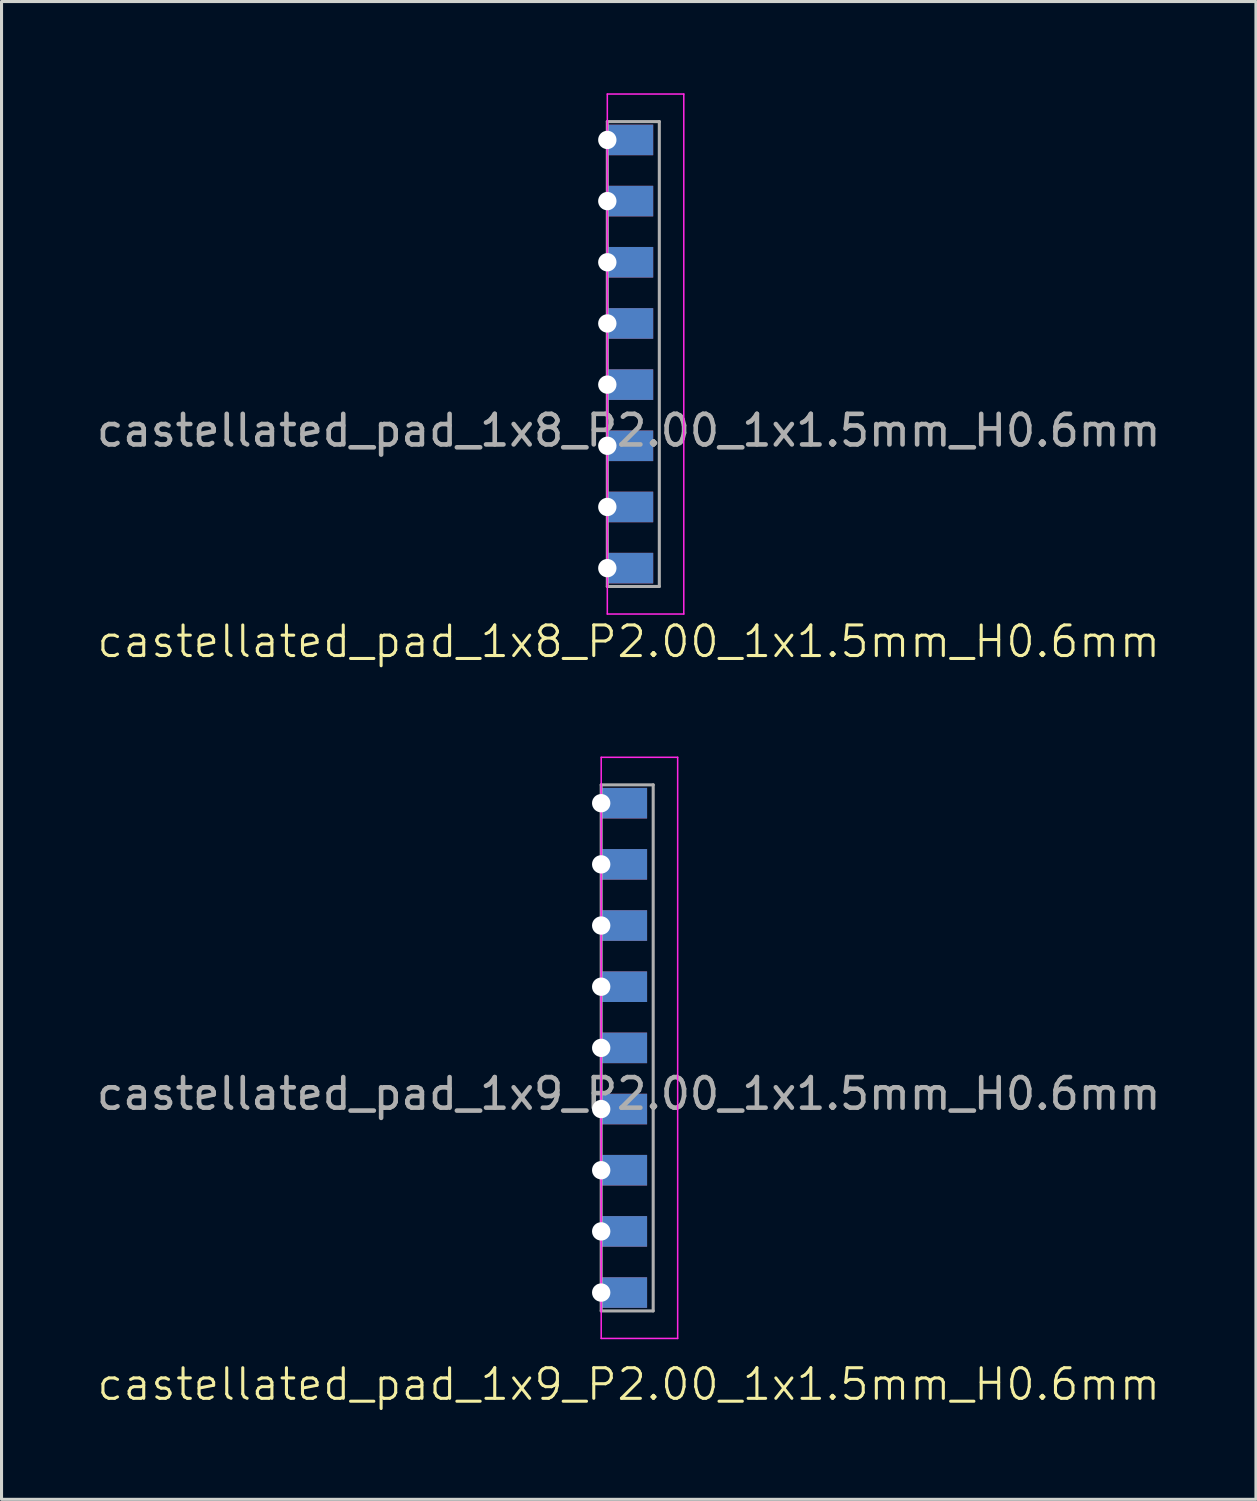
<source format=kicad_pcb>
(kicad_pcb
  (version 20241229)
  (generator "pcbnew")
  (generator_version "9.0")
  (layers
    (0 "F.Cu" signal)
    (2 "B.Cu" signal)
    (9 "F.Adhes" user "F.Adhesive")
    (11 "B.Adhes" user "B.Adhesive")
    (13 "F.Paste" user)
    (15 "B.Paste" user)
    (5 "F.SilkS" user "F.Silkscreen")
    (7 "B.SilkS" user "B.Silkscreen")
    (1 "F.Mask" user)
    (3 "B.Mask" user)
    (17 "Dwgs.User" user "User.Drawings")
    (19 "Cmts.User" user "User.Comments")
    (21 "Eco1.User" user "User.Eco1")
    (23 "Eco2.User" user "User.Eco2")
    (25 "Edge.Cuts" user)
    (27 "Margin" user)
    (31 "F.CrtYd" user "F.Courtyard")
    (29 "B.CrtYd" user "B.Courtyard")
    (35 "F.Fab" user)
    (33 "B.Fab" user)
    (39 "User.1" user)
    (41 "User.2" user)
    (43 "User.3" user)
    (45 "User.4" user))
  (footprint "castellated_pad_1x9_P2.00_1x1.5mm_H0.6mm"
    (layer "F.Cu")
    (at 17.506 30.21)
    (property "Reference" "castellated_pad_1x9_P2.00_1x1.5mm_H0.6mm" (at 0 12 0) (unlocked yes) (layer "F.SilkS") (effects (font (size 1 1) (thickness 0.1))))
    (fp_line (start -0.9 -8.5) (end -0.9 10.5) (stroke (width 0.05) (type default)) (layer "F.CrtYd"))
    (fp_line (start -0.9 10.5) (end 1.6 10.5) (stroke (width 0.05) (type default)) (layer "F.CrtYd"))
    (fp_line (start 1.6 -8.5) (end -0.9 -8.5) (stroke (width 0.05) (type default)) (layer "F.CrtYd"))
    (fp_line (start 1.6 10.5) (end 1.6 -8.5) (stroke (width 0.05) (type default)) (layer "F.CrtYd"))
    (fp_line (start -0.9 -7.6) (end -0.9 9.6) (stroke (width 0.1) (type default)) (layer "F.Fab"))
    (fp_line (start -0.9 9.6) (end 0.8 9.6) (stroke (width 0.1) (type default)) (layer "F.Fab"))
    (fp_line (start 0.8 -7.6) (end -0.9 -7.6) (stroke (width 0.1) (type default)) (layer "F.Fab"))
    (fp_line (start 0.8 9.6) (end 0.8 -7.6) (stroke (width 0.1) (type default)) (layer "F.Fab"))
    (fp_text user "${REFERENCE}" (at 0 2.5 0) (unlocked yes) (layer "F.Fab") (effects (font (size 1 1) (thickness 0.15))))
    (pad "1" thru_hole rect (at -0.9 -7 90) (size 1 1.5) (drill 0.6 (offset 0 0.75)) (property pad_prop_castellated) (layers "*.Cu" "*.Mask"))
    (pad "2" thru_hole rect (at -0.9 -5 90) (size 1 1.5) (drill 0.6 (offset 0 0.75)) (property pad_prop_castellated) (layers "*.Cu" "*.Mask"))
    (pad "3" thru_hole rect (at -0.9 -3 90) (size 1 1.5) (drill 0.6 (offset 0 0.75)) (property pad_prop_castellated) (layers "*.Cu" "*.Mask"))
    (pad "4" thru_hole rect (at -0.9 -1 90) (size 1 1.5) (drill 0.6 (offset 0 0.75)) (property pad_prop_castellated) (layers "*.Cu" "*.Mask"))
    (pad "5" thru_hole rect (at -0.9 1 90) (size 1 1.5) (drill 0.6 (offset 0 0.75)) (property pad_prop_castellated) (layers "*.Cu" "*.Mask"))
    (pad "6" thru_hole rect (at -0.9 3 90) (size 1 1.5) (drill 0.6 (offset 0 0.75)) (property pad_prop_castellated) (layers "*.Cu" "*.Mask"))
    (pad "7" thru_hole rect (at -0.9 5 90) (size 1 1.5) (drill 0.6 (offset 0 0.75)) (property pad_prop_castellated) (layers "*.Cu" "*.Mask"))
    (pad "8" thru_hole rect (at -0.9 7 90) (size 1 1.5) (drill 0.6 (offset 0 0.75)) (property pad_prop_castellated) (layers "*.Cu" "*.Mask"))
    (pad "9" thru_hole rect (at -0.9 9 90) (size 1 1.5) (drill 0.6 (offset 0 0.75)) (property pad_prop_castellated) (layers "*.Cu" "*.Mask")))
  (footprint "castellated_pad_1x8_P2.00_1x1.5mm_H0.6mm"
    (layer "F.Cu")
    (at 17.506 8.525)
    (property "Reference" "castellated_pad_1x8_P2.00_1x1.5mm_H0.6mm" (at 0 9.4 0) (unlocked yes) (layer "F.SilkS") (effects (font (size 1 1) (thickness 0.1))))
    (fp_line (start -0.7 -8.5) (end -0.7 8.5) (stroke (width 0.05) (type default)) (layer "F.CrtYd"))
    (fp_line (start -0.7 8.5) (end 1.8 8.5) (stroke (width 0.05) (type default)) (layer "F.CrtYd"))
    (fp_line (start 1.8 -8.5) (end -0.7 -8.5) (stroke (width 0.05) (type default)) (layer "F.CrtYd"))
    (fp_line (start 1.8 8.5) (end 1.8 -8.5) (stroke (width 0.05) (type default)) (layer "F.CrtYd"))
    (fp_line (start -0.7 -7.6) (end -0.7 7.6) (stroke (width 0.1) (type default)) (layer "F.Fab"))
    (fp_line (start -0.7 7.6) (end 1 7.6) (stroke (width 0.1) (type default)) (layer "F.Fab"))
    (fp_line (start 1 -7.6) (end -0.7 -7.6) (stroke (width 0.1) (type default)) (layer "F.Fab"))
    (fp_line (start 1 7.6) (end 1 -7.6) (stroke (width 0.1) (type default)) (layer "F.Fab"))
    (fp_text user "${REFERENCE}" (at 0 2.5 0) (unlocked yes) (layer "F.Fab") (effects (font (size 1 1) (thickness 0.15))))
    (pad "1" thru_hole rect (at -0.7 -7 90) (size 1 1.5) (drill 0.6 (offset 0 0.75)) (property pad_prop_castellated) (layers "*.Cu" "*.Mask"))
    (pad "2" thru_hole rect (at -0.7 -5 90) (size 1 1.5) (drill 0.6 (offset 0 0.75)) (property pad_prop_castellated) (layers "*.Cu" "*.Mask"))
    (pad "3" thru_hole rect (at -0.7 -3 90) (size 1 1.5) (drill 0.6 (offset 0 0.75)) (property pad_prop_castellated) (layers "*.Cu" "*.Mask"))
    (pad "4" thru_hole rect (at -0.7 -1 90) (size 1 1.5) (drill 0.6 (offset 0 0.75)) (property pad_prop_castellated) (layers "*.Cu" "*.Mask"))
    (pad "5" thru_hole rect (at -0.7 1 90) (size 1 1.5) (drill 0.6 (offset 0 0.75)) (property pad_prop_castellated) (layers "*.Cu" "*.Mask"))
    (pad "6" thru_hole rect (at -0.7 3 90) (size 1 1.5) (drill 0.6 (offset 0 0.75)) (property pad_prop_castellated) (layers "*.Cu" "*.Mask"))
    (pad "7" thru_hole rect (at -0.7 5 90) (size 1 1.5) (drill 0.6 (offset 0 0.75)) (property pad_prop_castellated) (layers "*.Cu" "*.Mask"))
    (pad "8" thru_hole rect (at -0.7 7 90) (size 1 1.5) (drill 0.6 (offset 0 0.75)) (property pad_prop_castellated) (layers "*.Cu" "*.Mask")))
  (gr_rect
    (start -3 -3)
    (end 38.012 45.971)
    (stroke (width 0.1) (type default))
    (fill no)
    (layer "Edge.Cuts")))
</source>
